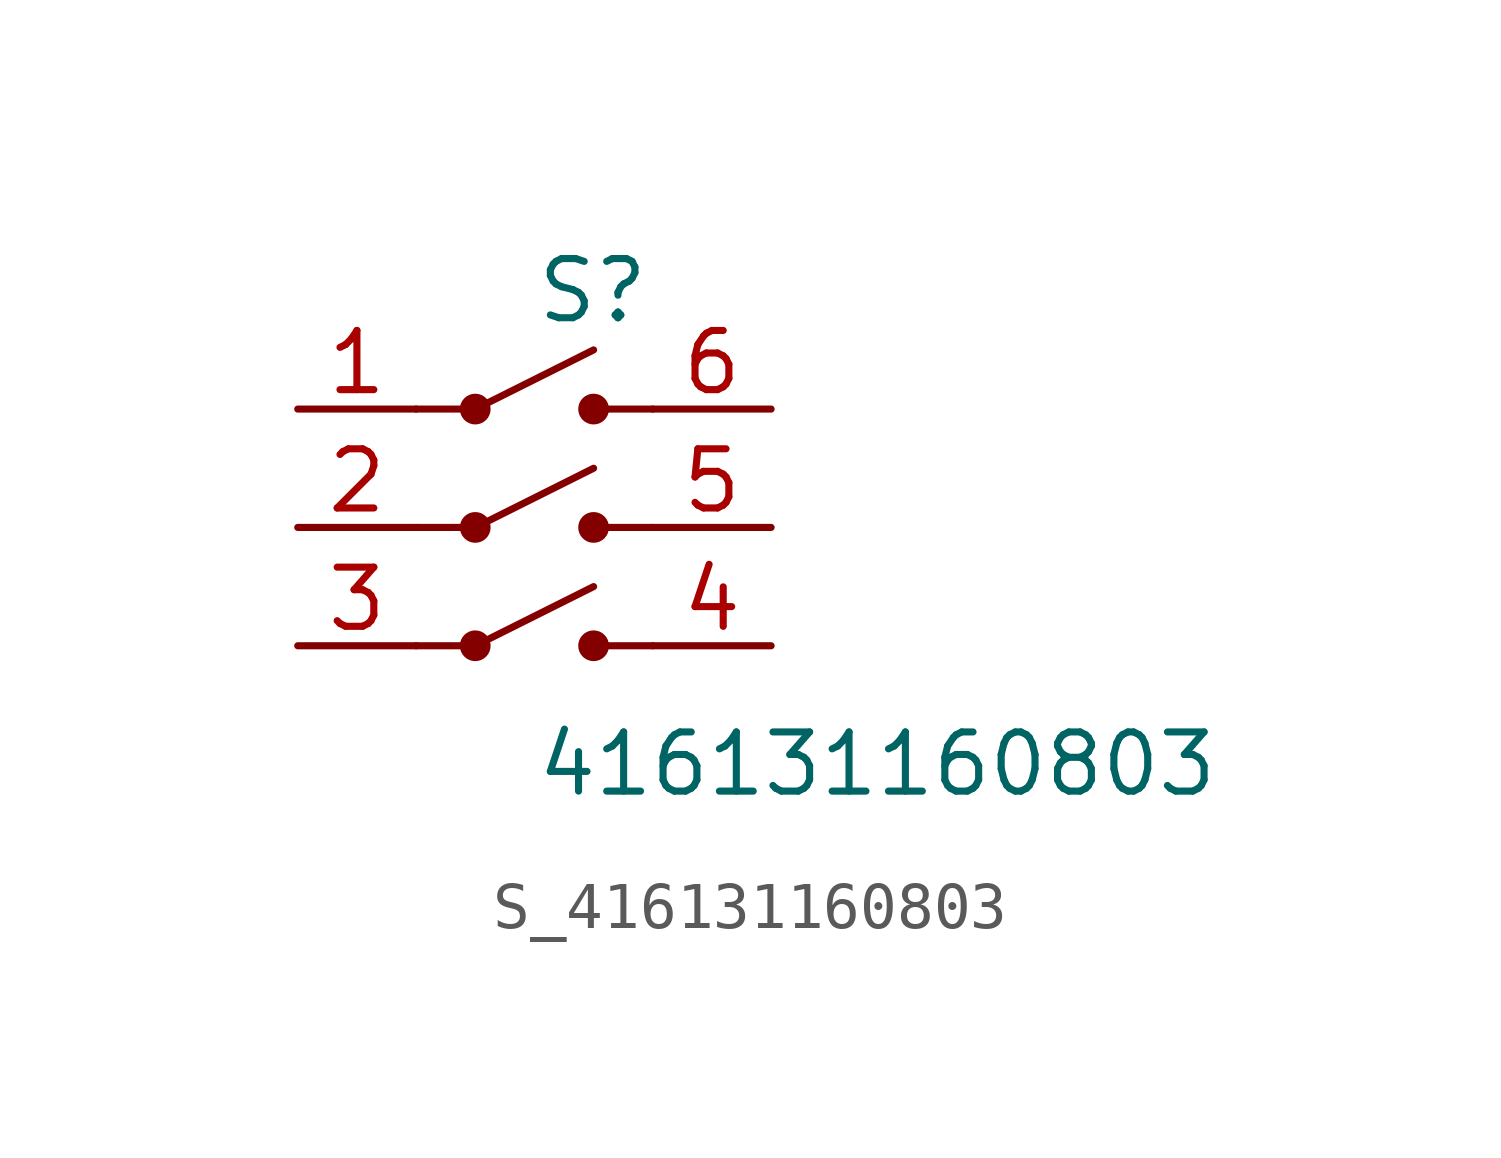
<source format=kicad_sym>
(kicad_symbol_lib
  (version 20231120)
  (generator kicad_symbol_editor)
  (generator_version 8.0)
  (symbol "S_416131160803"
    (pin_names
      (offset 0.254))
    (property "Reference" "S"
      (at 0.0 5.08 0)
      (effects (font (size 1.27 1.27)) (justify left)))
    (property "Value" "416131160803"
      (at 0.0 -5.08 0)
      (effects (font (size 1.27 1.27)) (justify left)))
    (symbol "S_416131160803_0_0"
      (pin unspecified line (at -5.08 2.54 0) (length 2.54) (name "" (effects (font (size 1.27 1.27)))) (number "1" (effects (font (size 1.27 1.27)))))
      (pin unspecified line (at -5.08 0.0 0) (length 2.54) (name "" (effects (font (size 1.27 1.27)))) (number "2" (effects (font (size 1.27 1.27)))))
      (pin unspecified line (at -5.08 -2.54 0) (length 2.54) (name "" (effects (font (size 1.27 1.27)))) (number "3" (effects (font (size 1.27 1.27)))))
      (pin unspecified line (at 5.08 2.54 180) (length 2.54) (name "" (effects (font (size 1.27 1.27)))) (number "6" (effects (font (size 1.27 1.27)))))
      (pin unspecified line (at 5.08 0.0 180) (length 2.54) (name "" (effects (font (size 1.27 1.27)))) (number "5" (effects (font (size 1.27 1.27)))))
      (pin unspecified line (at 5.08 -2.54 180) (length 2.54) (name "" (effects (font (size 1.27 1.27)))) (number "4" (effects (font (size 1.27 1.27)))))
      (polyline (pts (xy -2.54 2.54) (xy -1.27 2.54) (xy 1.27 3.81)) (stroke (width 0) (type default)) (fill (type none)))
      (circle (center -1.27 2.54) (radius 0.254) (stroke (width 0) (type solid)) (fill (type outline)))
      (circle (center 1.27 2.54) (radius 0.254) (stroke (width 0) (type solid)) (fill (type outline)))
      (polyline (pts (xy 2.54 2.54) (xy 1.27 2.54)) (stroke (width 0) (type default)) (fill (type none)))
      (polyline (pts (xy -2.54 0.0) (xy -1.27 0.0) (xy 1.27 1.27)) (stroke (width 0) (type default)) (fill (type none)))
      (circle (center -1.27 0.0) (radius 0.254) (stroke (width 0) (type solid)) (fill (type outline)))
      (circle (center 1.27 0.0) (radius 0.254) (stroke (width 0) (type solid)) (fill (type outline)))
      (polyline (pts (xy 2.54 0.0) (xy 1.27 0.0)) (stroke (width 0) (type default)) (fill (type none)))
      (polyline (pts (xy -2.54 -2.54) (xy -1.27 -2.54) (xy 1.27 -1.27)) (stroke (width 0) (type default)) (fill (type none)))
      (circle (center -1.27 -2.54) (radius 0.254) (stroke (width 0) (type solid)) (fill (type outline)))
      (circle (center 1.27 -2.54) (radius 0.254) (stroke (width 0) (type solid)) (fill (type outline)))
      (polyline (pts (xy 2.54 -2.54) (xy 1.27 -2.54)) (stroke (width 0) (type default)) (fill (type none))))
    (symbol "S_416131160803_1_0")))
</source>
